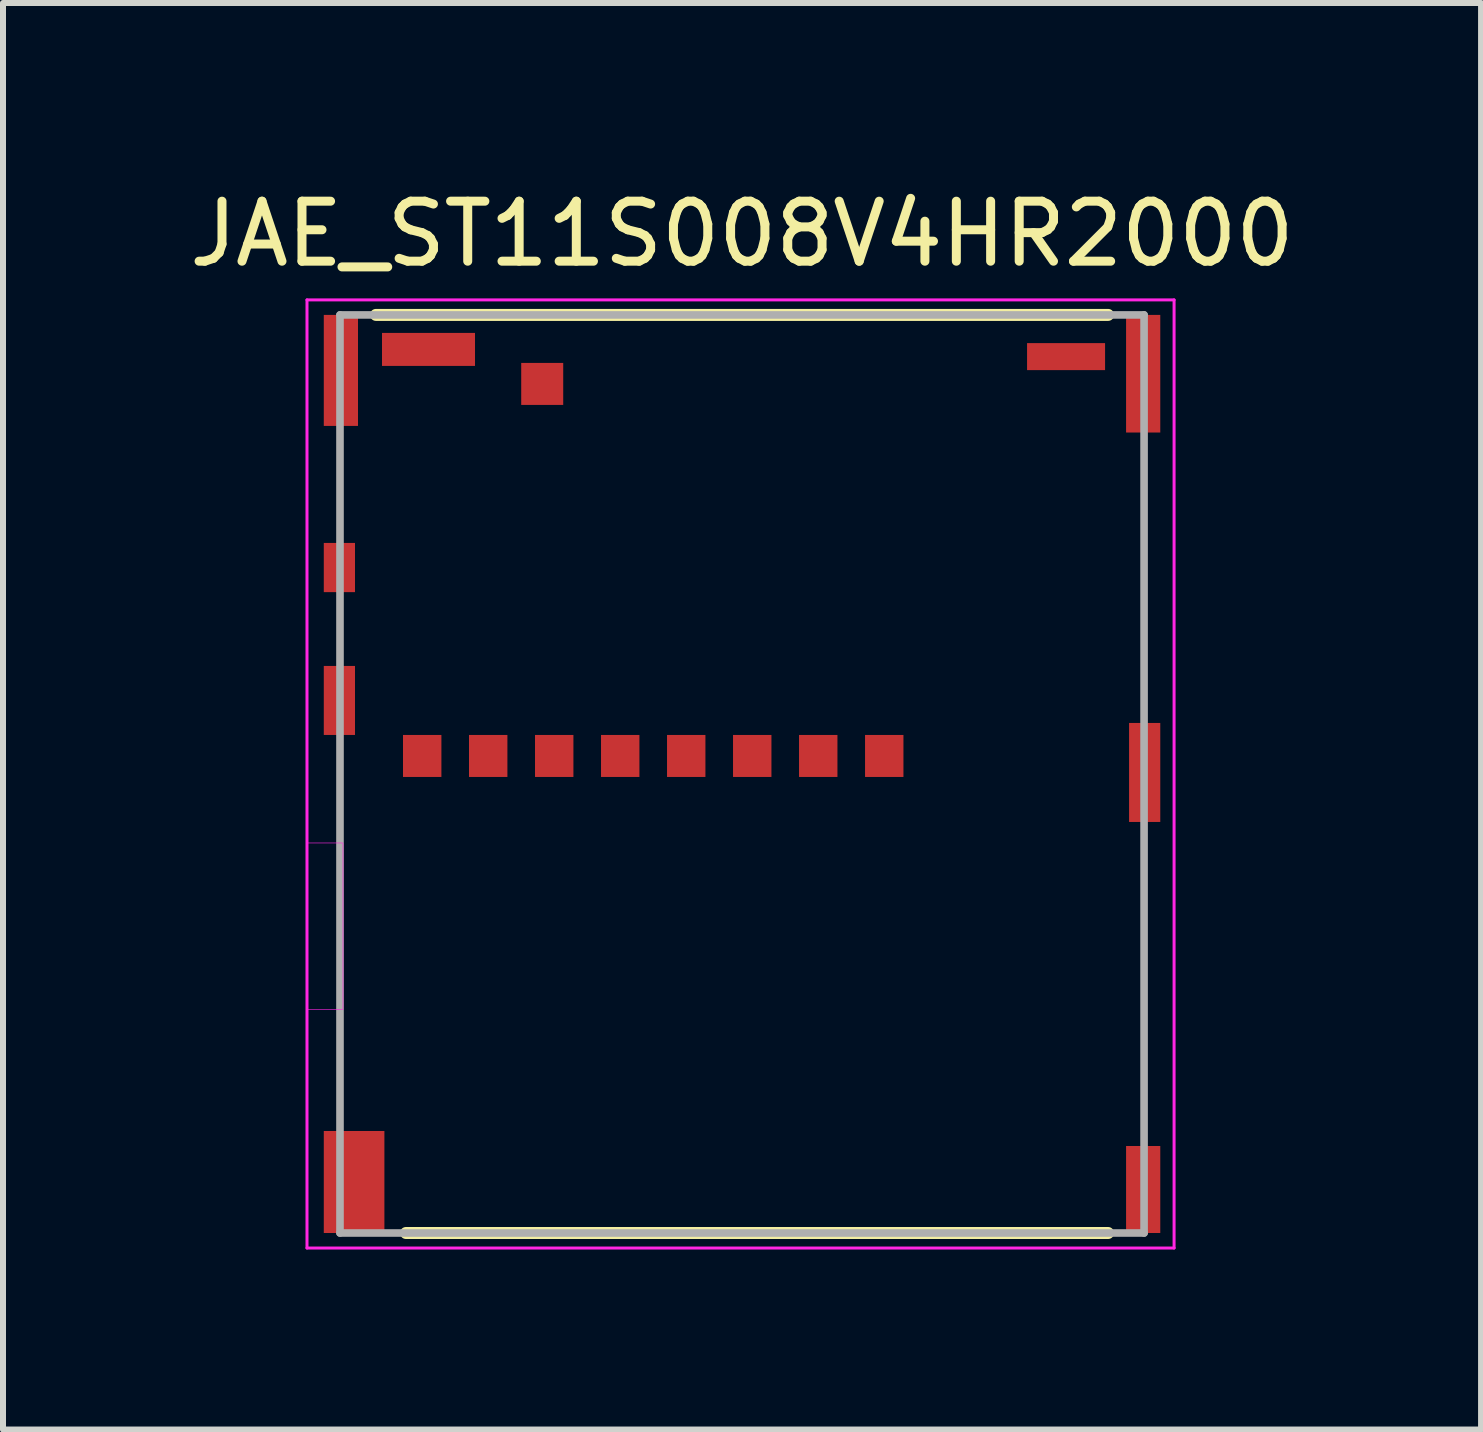
<source format=kicad_pcb>
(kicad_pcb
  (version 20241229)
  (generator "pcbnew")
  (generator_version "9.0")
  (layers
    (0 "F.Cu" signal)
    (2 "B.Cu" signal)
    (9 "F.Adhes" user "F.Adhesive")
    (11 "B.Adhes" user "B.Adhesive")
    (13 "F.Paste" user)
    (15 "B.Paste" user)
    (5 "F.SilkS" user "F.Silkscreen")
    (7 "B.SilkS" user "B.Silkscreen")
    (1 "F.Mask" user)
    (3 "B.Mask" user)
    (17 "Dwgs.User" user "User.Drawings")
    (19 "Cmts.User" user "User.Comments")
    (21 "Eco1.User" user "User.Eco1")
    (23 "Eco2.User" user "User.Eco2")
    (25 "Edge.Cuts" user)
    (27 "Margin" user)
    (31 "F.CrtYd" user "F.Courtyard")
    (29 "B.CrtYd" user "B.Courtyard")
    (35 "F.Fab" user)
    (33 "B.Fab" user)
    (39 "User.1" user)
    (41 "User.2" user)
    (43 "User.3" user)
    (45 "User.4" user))
  (footprint "JAE_ST11S008V4HR2000"
    (layer "F.Cu")
    (at 9.316 9.848)
    (property "Reference" "JAE_ST11S008V4HR2000" (at 0 -9 180) (layer "F.SilkS") (effects (font (size 1 1) (thickness 0.15))))
    (attr smd)
    (fp_line (start -6.1 -7.65) (end 6.1 -7.65) (stroke (width 0.2) (type solid)) (layer "F.SilkS"))
    (fp_line (start 6.1 7.65) (end -5.6 7.65) (stroke (width 0.2) (type solid)) (layer "F.SilkS"))
    (fp_line (start -7.25 -7.9) (end 7.2 -7.9) (stroke (width 0.05) (type solid)) (layer "F.CrtYd"))
    (fp_line (start -7.25 7.9) (end -7.25 -7.9) (stroke (width 0.05) (type solid)) (layer "F.CrtYd"))
    (fp_line (start 7.2 -7.9) (end 7.2 7.9) (stroke (width 0.05) (type solid)) (layer "F.CrtYd"))
    (fp_line (start 7.2 7.9) (end -7.25 7.9) (stroke (width 0.05) (type solid)) (layer "F.CrtYd"))
    (fp_poly (pts (xy -7.254 1.15) (xy -6.65 1.15) (xy -6.65 3.922) (xy -7.254 3.922)) (stroke (width 0.01) (type solid)) (fill no) (layer "F.CrtYd"))
    (fp_line (start -6.7 -7.65) (end 6.7 -7.65) (stroke (width 0.127) (type solid)) (layer "F.Fab"))
    (fp_line (start -6.7 7.65) (end -6.7 -7.65) (stroke (width 0.127) (type solid)) (layer "F.Fab"))
    (fp_line (start 6.7 -7.65) (end 6.7 7.65) (stroke (width 0.127) (type solid)) (layer "F.Fab"))
    (fp_line (start 6.7 7.65) (end -6.7 7.65) (stroke (width 0.127) (type solid)) (layer "F.Fab"))
    (pad "1" smd rect (at 2.37 -0.3) (size 0.64 0.7) (layers "F.Cu" "F.Mask" "F.Paste"))
    (pad "2" smd rect (at 1.27 -0.3) (size 0.64 0.7) (layers "F.Cu" "F.Mask" "F.Paste"))
    (pad "3" smd rect (at 0.17 -0.3) (size 0.64 0.7) (layers "F.Cu" "F.Mask" "F.Paste"))
    (pad "4" smd rect (at -0.93 -0.3) (size 0.64 0.7) (layers "F.Cu" "F.Mask" "F.Paste"))
    (pad "5" smd rect (at -2.03 -0.3) (size 0.64 0.7) (layers "F.Cu" "F.Mask" "F.Paste"))
    (pad "6" smd rect (at -3.13 -0.3) (size 0.64 0.7) (layers "F.Cu" "F.Mask" "F.Paste"))
    (pad "7" smd rect (at -4.23 -0.3) (size 0.64 0.7) (layers "F.Cu" "F.Mask" "F.Paste"))
    (pad "8" smd rect (at -5.33 -0.3) (size 0.64 0.7) (layers "F.Cu" "F.Mask" "F.Paste"))
    (pad "9" smd rect (at 6.685 6.925) (size 0.57 1.45) (layers "F.Cu" "F.Mask" "F.Paste"))
    (pad "10" smd rect (at 6.71 -0.025) (size 0.52 1.65) (layers "F.Cu" "F.Mask" "F.Paste"))
    (pad "11" smd rect (at 6.685 -6.67) (size 0.57 1.96) (layers "F.Cu" "F.Mask" "F.Paste"))
    (pad "12" smd rect (at 5.4 -6.955) (size 1.3 0.45) (layers "F.Cu" "F.Mask" "F.Paste"))
    (pad "13" smd rect (at -3.33 -6.5) (size 0.7 0.7) (layers "F.Cu" "F.Mask" "F.Paste"))
    (pad "14" smd rect (at -5.225 -7.075) (size 1.55 0.55) (layers "F.Cu" "F.Mask" "F.Paste"))
    (pad "15" smd rect (at -6.685 -6.725) (size 0.57 1.85) (layers "F.Cu" "F.Mask" "F.Paste"))
    (pad "16" smd rect (at -6.71 -3.44) (size 0.52 0.82) (layers "F.Cu" "F.Mask" "F.Paste"))
    (pad "17" smd rect (at -6.71 -1.225) (size 0.52 1.15) (layers "F.Cu" "F.Mask" "F.Paste"))
    (pad "18" smd rect (at -6.465 6.8) (size 1.01 1.7) (layers "F.Cu" "F.Mask" "F.Paste"))
    (zone (net_name "") (layer "F.Cu") (hatch full 0.508) (connect_pads) (min_thickness 0.01) (filled_areas_thickness no) (keepout (tracks not_allowed) (vias not_allowed) (pads not_allowed) (copperpour not_allowed) (footprints allowed)) (placement (enabled no)) (fill) (polygon (pts (xy 2.059 10.998) (xy 2.666 10.998) (xy 2.666 13.772) (xy 2.059 13.772))))
    (zone (net_name "") (layer "F.Cu") (hatch full 0.508) (connect_pads) (min_thickness 0.01) (filled_areas_thickness no) (keepout (tracks not_allowed) (vias not_allowed) (pads not_allowed) (copperpour not_allowed) (footprints allowed)) (placement (enabled no)) (fill) (polygon (pts (xy 3.62 5.898) (xy 4.346 5.898) (xy 4.346 8.297) (xy 3.62 8.297))))
    (zone (net_name "") (layer "F.Cu") (hatch full 0.508) (connect_pads) (min_thickness 0.01) (filled_areas_thickness no) (keepout (tracks not_allowed) (vias not_allowed) (pads not_allowed) (copperpour not_allowed) (footprints allowed)) (placement (enabled no)) (fill) (polygon (pts (xy 4.717 5.898) (xy 5.446 5.898) (xy 5.446 8.295) (xy 4.717 8.295))))
    (zone (net_name "") (layer "F.Cu") (hatch full 0.508) (connect_pads) (min_thickness 0.01) (filled_areas_thickness no) (keepout (tracks not_allowed) (vias not_allowed) (pads not_allowed) (copperpour not_allowed) (footprints allowed)) (placement (enabled no)) (fill) (polygon (pts (xy 5.82 5.898) (xy 6.546 5.898) (xy 6.546 8.296) (xy 5.82 8.296))))
    (zone (net_name "") (layer "F.Cu") (hatch full 0.508) (connect_pads) (min_thickness 0.01) (filled_areas_thickness no) (keepout (tracks not_allowed) (vias not_allowed) (pads not_allowed) (copperpour not_allowed) (footprints allowed)) (placement (enabled no)) (fill) (polygon (pts (xy 6.924 5.898) (xy 7.646 5.898) (xy 7.646 8.297) (xy 6.924 8.297))))
    (zone (net_name "") (layer "F.Cu") (hatch full 0.508) (connect_pads) (min_thickness 0.01) (filled_areas_thickness no) (keepout (tracks not_allowed) (vias not_allowed) (pads not_allowed) (copperpour not_allowed) (footprints allowed)) (placement (enabled no)) (fill) (polygon (pts (xy 7.574 2.598) (xy 9.126 2.598) (xy 9.126 3.992) (xy 7.574 3.992))))
    (zone (net_name "") (layer "F.Cu") (hatch full 0.508) (connect_pads) (min_thickness 0.01) (filled_areas_thickness no) (keepout (tracks not_allowed) (vias not_allowed) (pads not_allowed) (copperpour not_allowed) (footprints allowed)) (placement (enabled no)) (fill) (polygon (pts (xy 8.025 5.898) (xy 8.746 5.898) (xy 8.746 8.298) (xy 8.025 8.298))))
    (zone (net_name "") (layer "F.Cu") (hatch full 0.508) (connect_pads) (min_thickness 0.01) (filled_areas_thickness no) (keepout (tracks not_allowed) (vias not_allowed) (pads not_allowed) (copperpour not_allowed) (footprints allowed)) (placement (enabled no)) (fill) (polygon (pts (xy 9.126 5.898) (xy 9.846 5.898) (xy 9.846 8.298) (xy 9.126 8.298))))
    (zone (net_name "") (layer "F.Cu") (hatch full 0.508) (connect_pads) (min_thickness 0.01) (filled_areas_thickness no) (keepout (tracks not_allowed) (vias not_allowed) (pads not_allowed) (copperpour not_allowed) (footprints allowed)) (placement (enabled no)) (fill) (polygon (pts (xy 10.226 5.898) (xy 10.946 5.898) (xy 10.946 8.297) (xy 10.226 8.297))))
    (zone (net_name "") (layer "F.Cu") (hatch full 0.508) (connect_pads) (min_thickness 0.01) (filled_areas_thickness no) (keepout (tracks not_allowed) (vias not_allowed) (pads not_allowed) (copperpour not_allowed) (footprints allowed)) (placement (enabled no)) (fill) (polygon (pts (xy 10.768 2.778) (xy 12.566 2.778) (xy 12.566 4.169) (xy 10.768 4.169))))
    (zone (net_name "") (layer "F.Cu") (hatch full 0.508) (connect_pads) (min_thickness 0.01) (filled_areas_thickness no) (keepout (tracks not_allowed) (vias not_allowed) (pads not_allowed) (copperpour not_allowed) (footprints allowed)) (placement (enabled no)) (fill) (polygon (pts (xy 11.326 5.898) (xy 12.046 5.898) (xy 12.046 8.298) (xy 11.326 8.298))))
    (zone (net_name "") (layers "F.Cu" "B.Cu") (hatch full 0.508) (connect_pads) (min_thickness 0.01) (filled_areas_thickness no) (keepout (tracks allowed) (vias not_allowed) (pads allowed) (copperpour allowed) (footprints allowed)) (placement (enabled no)) (fill) (polygon (pts (xy 2.054 10.998) (xy 2.666 10.998) (xy 2.666 13.775) (xy 2.054 13.775))))
    (zone (net_name "") (layers "F.Cu" "B.Cu") (hatch full 0.508) (connect_pads) (min_thickness 0.01) (filled_areas_thickness no) (keepout (tracks allowed) (vias not_allowed) (pads allowed) (copperpour allowed) (footprints allowed)) (placement (enabled no)) (fill) (polygon (pts (xy 3.616 5.898) (xy 4.346 5.898) (xy 4.346 8.295) (xy 3.616 8.295))))
    (zone (net_name "") (layers "F.Cu" "B.Cu") (hatch full 0.508) (connect_pads) (min_thickness 0.01) (filled_areas_thickness no) (keepout (tracks allowed) (vias not_allowed) (pads allowed) (copperpour allowed) (footprints allowed)) (placement (enabled no)) (fill) (polygon (pts (xy 4.72 5.898) (xy 5.446 5.898) (xy 5.446 8.296) (xy 4.72 8.296))))
    (zone (net_name "") (layers "F.Cu" "B.Cu") (hatch full 0.508) (connect_pads) (min_thickness 0.01) (filled_areas_thickness no) (keepout (tracks allowed) (vias not_allowed) (pads allowed) (copperpour allowed) (footprints allowed)) (placement (enabled no)) (fill) (polygon (pts (xy 5.819 5.898) (xy 6.546 5.898) (xy 6.546 8.295) (xy 5.819 8.295))))
    (zone (net_name "") (layers "F.Cu" "B.Cu") (hatch full 0.508) (connect_pads) (min_thickness 0.01) (filled_areas_thickness no) (keepout (tracks allowed) (vias not_allowed) (pads allowed) (copperpour allowed) (footprints allowed)) (placement (enabled no)) (fill) (polygon (pts (xy 6.923 5.898) (xy 7.646 5.898) (xy 7.646 8.296) (xy 6.923 8.296))))
    (zone (net_name "") (layers "F.Cu" "B.Cu") (hatch full 0.508) (connect_pads) (min_thickness 0.01) (filled_areas_thickness no) (keepout (tracks allowed) (vias not_allowed) (pads allowed) (copperpour allowed) (footprints allowed)) (placement (enabled no)) (fill) (polygon (pts (xy 7.575 2.598) (xy 9.126 2.598) (xy 9.126 3.995) (xy 7.575 3.995))))
    (zone (net_name "") (layers "F.Cu" "B.Cu") (hatch full 0.508) (connect_pads) (min_thickness 0.01) (filled_areas_thickness no) (keepout (tracks allowed) (vias not_allowed) (pads allowed) (copperpour allowed) (footprints allowed)) (placement (enabled no)) (fill) (polygon (pts (xy 8.026 5.898) (xy 8.746 5.898) (xy 8.746 8.298) (xy 8.026 8.298))))
    (zone (net_name "") (layers "F.Cu" "B.Cu") (hatch full 0.508) (connect_pads) (min_thickness 0.01) (filled_areas_thickness no) (keepout (tracks allowed) (vias not_allowed) (pads allowed) (copperpour allowed) (footprints allowed)) (placement (enabled no)) (fill) (polygon (pts (xy 9.126 5.898) (xy 9.846 5.898) (xy 9.846 8.297) (xy 9.126 8.297))))
    (zone (net_name "") (layers "F.Cu" "B.Cu") (hatch full 0.508) (connect_pads) (min_thickness 0.01) (filled_areas_thickness no) (keepout (tracks allowed) (vias not_allowed) (pads allowed) (copperpour allowed) (footprints allowed)) (placement (enabled no)) (fill) (polygon (pts (xy 10.227 5.898) (xy 10.946 5.898) (xy 10.946 8.296) (xy 10.227 8.296))))
    (zone (net_name "") (layers "F.Cu" "B.Cu") (hatch full 0.508) (connect_pads) (min_thickness 0.01) (filled_areas_thickness no) (keepout (tracks allowed) (vias not_allowed) (pads allowed) (copperpour allowed) (footprints allowed)) (placement (enabled no)) (fill) (polygon (pts (xy 10.767 2.778) (xy 12.566 2.778) (xy 12.566 4.172) (xy 10.767 4.172))))
    (zone (net_name "") (layers "F.Cu" "B.Cu") (hatch full 0.508) (connect_pads) (min_thickness 0.01) (filled_areas_thickness no) (keepout (tracks allowed) (vias not_allowed) (pads allowed) (copperpour allowed) (footprints allowed)) (placement (enabled no)) (fill) (polygon (pts (xy 11.328 5.898) (xy 12.046 5.898) (xy 12.046 8.296) (xy 11.328 8.296)))))
  (gr_rect
    (start -3 -3)
    (end 21.632 20.773)
    (stroke (width 0.1) (type default))
    (fill no)
    (layer "Edge.Cuts")))
</source>
